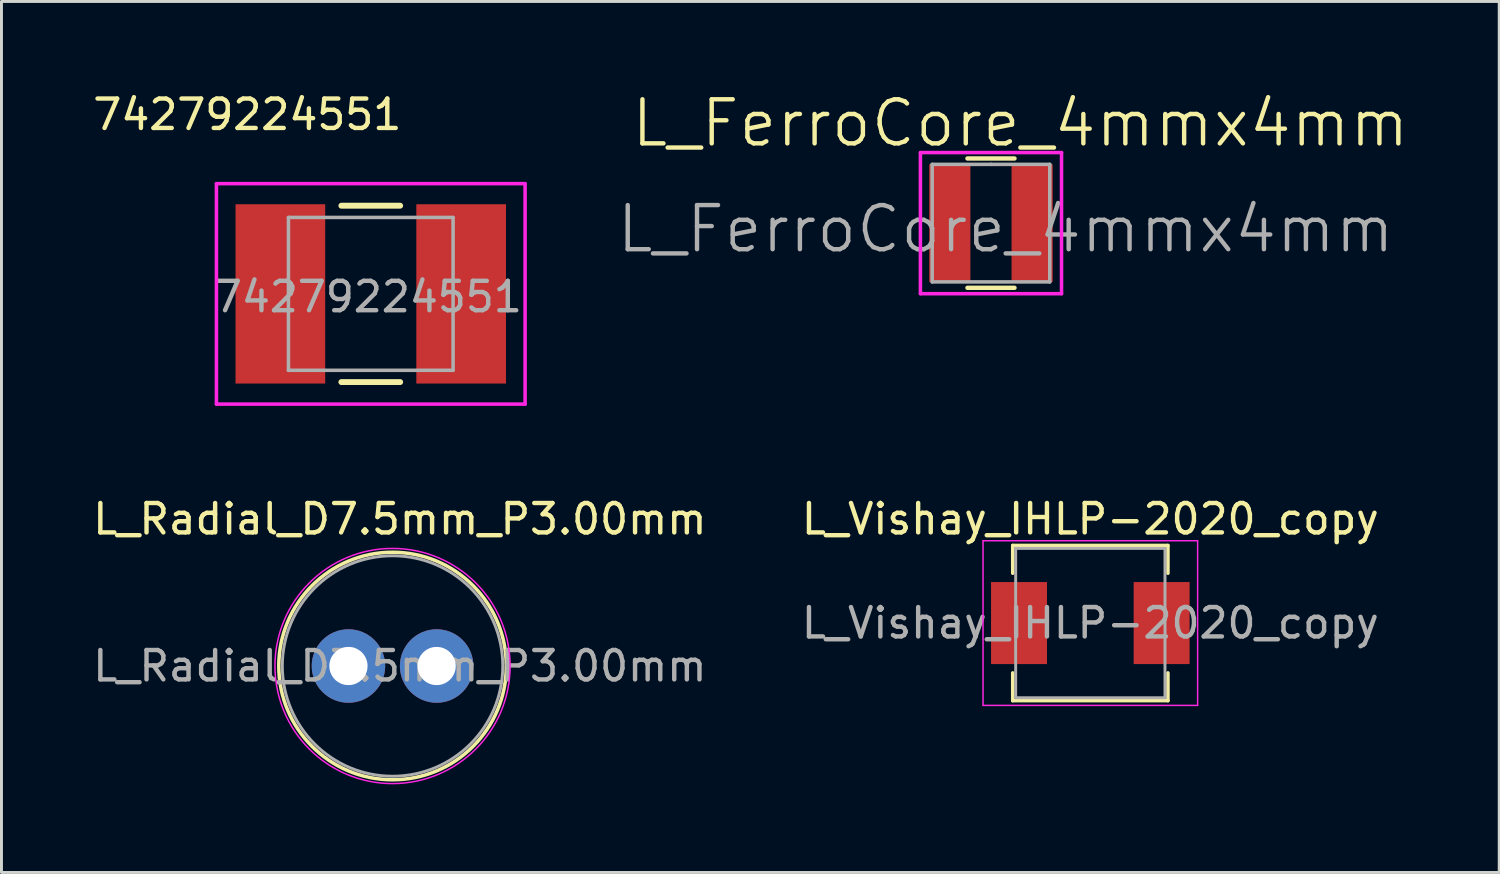
<source format=kicad_pcb>
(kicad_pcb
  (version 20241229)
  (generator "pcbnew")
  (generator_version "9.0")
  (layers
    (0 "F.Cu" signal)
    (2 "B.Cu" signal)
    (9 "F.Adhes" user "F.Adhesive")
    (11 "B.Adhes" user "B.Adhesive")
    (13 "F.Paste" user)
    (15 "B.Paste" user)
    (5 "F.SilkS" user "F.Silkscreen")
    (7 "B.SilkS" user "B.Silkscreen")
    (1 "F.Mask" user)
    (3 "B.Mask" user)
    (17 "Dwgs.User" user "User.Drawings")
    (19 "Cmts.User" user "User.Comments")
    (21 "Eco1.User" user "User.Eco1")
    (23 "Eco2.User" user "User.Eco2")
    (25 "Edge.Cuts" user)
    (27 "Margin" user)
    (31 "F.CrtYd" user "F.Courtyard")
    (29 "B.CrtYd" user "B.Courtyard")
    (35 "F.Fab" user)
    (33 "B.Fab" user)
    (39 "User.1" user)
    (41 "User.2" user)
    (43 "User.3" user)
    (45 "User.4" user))
  (footprint "L_FerroCore_4mmx4mm"
    (layer "F.Cu")
    (at 30.662 4.541)
    (property "Reference" "L_FerroCore_4mmx4mm" (at 1 -3.4 0) (layer "F.SilkS") (effects (font (size 1.5 1.5) (thickness 0.15))))
    (attr through_hole)
    (fp_line (start -0.8 -2.2) (end 0.8 -2.2) (stroke (width 0.15) (type solid)) (layer "F.SilkS"))
    (fp_line (start -0.8 2.2) (end 0.8 2.2) (stroke (width 0.15) (type solid)) (layer "F.SilkS"))
    (fp_line (start -2.4 -2.4) (end 2.4 -2.4) (stroke (width 0.12) (type solid)) (layer "F.CrtYd"))
    (fp_line (start -2.4 2.4) (end -2.4 -2.4) (stroke (width 0.12) (type solid)) (layer "F.CrtYd"))
    (fp_line (start 2.4 -2.4) (end 2.4 2.4) (stroke (width 0.12) (type solid)) (layer "F.CrtYd"))
    (fp_line (start 2.4 2.4) (end -2.4 2.4) (stroke (width 0.12) (type solid)) (layer "F.CrtYd"))
    (fp_line (start -2 -2) (end 0 -2) (stroke (width 0.12) (type solid)) (layer "F.Fab"))
    (fp_line (start -2 2) (end -2 -2) (stroke (width 0.12) (type solid)) (layer "F.Fab"))
    (fp_line (start 0 -2) (end 2 -2) (stroke (width 0.12) (type solid)) (layer "F.Fab"))
    (fp_line (start 2 -2) (end 2 2) (stroke (width 0.12) (type solid)) (layer "F.Fab"))
    (fp_line (start 2 2) (end -2 2) (stroke (width 0.12) (type solid)) (layer "F.Fab"))
    (fp_text user "${REFERENCE}" (at 0.5 0.2 0) (layer "F.Fab") (effects (font (size 1.5 1.5) (thickness 0.15))))
    (pad "1" smd rect (at 1.4 0) (size 1.4 4) (layers "F.Cu" "F.Mask" "F.Paste"))
    (pad "2" smd rect (at -1.4 0) (size 1.4 4) (layers "F.Cu" "F.Mask" "F.Paste")))
  (footprint "L_Radial_D7.5mm_P3.00mm"
    (layer "F.Cu")
    (at 8.804 19.607)
    (property "Reference" "L_Radial_D7.5mm_P3.00mm" (at 1.75 -5 0) (layer "F.SilkS") (effects (font (size 1 1) (thickness 0.15))))
    (attr through_hole)
    (fp_circle (center 1.5 0) (end 5.37 0) (stroke (width 0.12) (type solid)) (fill no) (layer "F.SilkS"))
    (fp_circle (center 1.5 0) (end 5.5 0) (stroke (width 0.05) (type solid)) (fill no) (layer "F.CrtYd"))
    (fp_circle (center 1.5 0) (end 5.25 0) (stroke (width 0.1) (type solid)) (fill no) (layer "F.Fab"))
    (fp_text user "${REFERENCE}" (at 1.75 0 0) (layer "F.Fab") (effects (font (size 1 1) (thickness 0.15))))
    (pad "1" thru_hole circle (at 0 0) (size 2.5 2.5) (drill 1.3) (layers "*.Cu" "*.Mask"))
    (pad "2" thru_hole circle (at 3 0) (size 2.5 2.5) (drill 1.3) (layers "*.Cu" "*.Mask")))
  (footprint "74279224551"
    (layer "F.Cu")
    (at 9.563 6.948)
    (property "Reference" "74279224551" (at -4.2 -6.1 0) (layer "F.SilkS") (effects (font (size 1 1) (thickness 0.15))))
    (attr through_hole)
    (fp_line (start -1 -3) (end 1 -3) (stroke (width 0.2) (type solid)) (layer "F.SilkS"))
    (fp_line (start -1 3) (end 1 3) (stroke (width 0.2) (type solid)) (layer "F.SilkS"))
    (fp_line (start -5.25 -3.75) (end 5.25 -3.75) (stroke (width 0.12) (type solid)) (layer "F.CrtYd"))
    (fp_line (start -5.25 3.75) (end -5.25 -3.75) (stroke (width 0.12) (type solid)) (layer "F.CrtYd"))
    (fp_line (start 5.25 -3.75) (end 5.25 3.75) (stroke (width 0.12) (type solid)) (layer "F.CrtYd"))
    (fp_line (start 5.25 3.75) (end -5.25 3.75) (stroke (width 0.12) (type solid)) (layer "F.CrtYd"))
    (fp_line (start -2.8 -2.6) (end 2.8 -2.6) (stroke (width 0.12) (type solid)) (layer "F.Fab"))
    (fp_line (start -2.8 2.6) (end -2.8 -2.6) (stroke (width 0.12) (type solid)) (layer "F.Fab"))
    (fp_line (start 2.8 -2.6) (end 2.8 2.6) (stroke (width 0.12) (type solid)) (layer "F.Fab"))
    (fp_line (start 2.8 2.6) (end -2.8 2.6) (stroke (width 0.12) (type solid)) (layer "F.Fab"))
    (fp_text user "${REFERENCE}" (at -0.1 0.1 0) (layer "F.Fab") (effects (font (size 1 1) (thickness 0.15))))
    (pad "1" smd rect (at 3.075 0) (size 3.05 6.1) (layers "F.Cu" "F.Mask" "F.Paste"))
    (pad "2" smd rect (at -3.075 0) (size 3.05 6.1) (layers "F.Cu" "F.Mask" "F.Paste")))
  (footprint "L_Vishay_IHLP-2020_copy"
    (layer "F.Cu")
    (at 34.042 18.146)
    (property "Reference" "L_Vishay_IHLP-2020_copy" (at 0 -3.54 0) (layer "F.SilkS") (effects (font (size 1 1) (thickness 0.15))))
    (attr smd)
    (fp_line (start -2.64 -2.64) (end 2.64 -2.64) (stroke (width 0.12) (type solid)) (layer "F.SilkS"))
    (fp_line (start -2.64 -1.695) (end -2.64 -2.64) (stroke (width 0.12) (type solid)) (layer "F.SilkS"))
    (fp_line (start -2.64 1.695) (end -2.64 2.64) (stroke (width 0.12) (type solid)) (layer "F.SilkS"))
    (fp_line (start -2.64 2.64) (end 2.64 2.64) (stroke (width 0.12) (type solid)) (layer "F.SilkS"))
    (fp_line (start 2.64 -2.64) (end 2.64 -1.695) (stroke (width 0.12) (type solid)) (layer "F.SilkS"))
    (fp_line (start 2.64 2.64) (end 2.64 1.695) (stroke (width 0.12) (type solid)) (layer "F.SilkS"))
    (fp_line (start -3.65 -2.8) (end -3.65 2.8) (stroke (width 0.05) (type solid)) (layer "F.CrtYd"))
    (fp_line (start -3.65 2.8) (end 3.65 2.8) (stroke (width 0.05) (type solid)) (layer "F.CrtYd"))
    (fp_line (start 3.65 -2.8) (end -3.65 -2.8) (stroke (width 0.05) (type solid)) (layer "F.CrtYd"))
    (fp_line (start 3.65 2.8) (end 3.65 -2.8) (stroke (width 0.05) (type solid)) (layer "F.CrtYd"))
    (fp_line (start -2.54 -2.54) (end -2.54 2.54) (stroke (width 0.1) (type solid)) (layer "F.Fab"))
    (fp_line (start -2.54 2.54) (end 2.54 2.54) (stroke (width 0.1) (type solid)) (layer "F.Fab"))
    (fp_line (start 2.54 -2.54) (end -2.54 -2.54) (stroke (width 0.1) (type solid)) (layer "F.Fab"))
    (fp_line (start 2.54 2.54) (end 2.54 -2.54) (stroke (width 0.1) (type solid)) (layer "F.Fab"))
    (fp_text user "${REFERENCE}" (at 0 0 0) (layer "F.Fab") (effects (font (size 1 1) (thickness 0.15))))
    (pad "1" smd rect (at -2.426 0) (size 1.903 2.79) (layers "F.Cu" "F.Mask" "F.Paste"))
    (pad "2" smd rect (at 2.426 0) (size 1.903 2.79) (layers "F.Cu" "F.Mask" "F.Paste")))
  (gr_rect
    (start -3 -3)
    (end 47.952 26.631)
    (stroke (width 0.1) (type default))
    (fill no)
    (layer "Edge.Cuts")))
</source>
